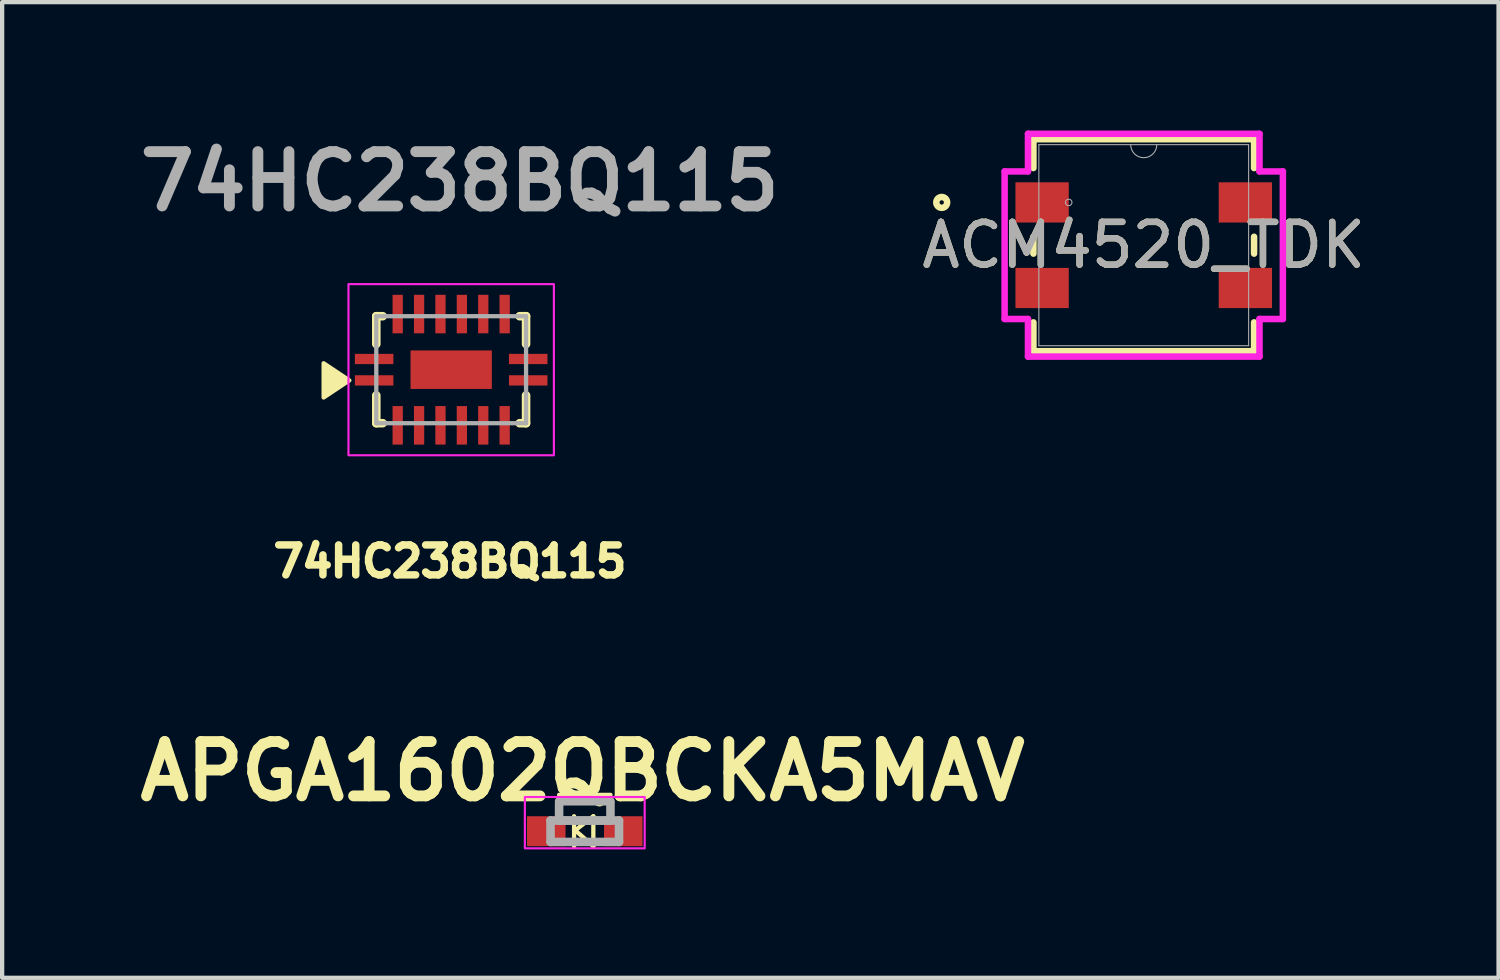
<source format=kicad_pcb>
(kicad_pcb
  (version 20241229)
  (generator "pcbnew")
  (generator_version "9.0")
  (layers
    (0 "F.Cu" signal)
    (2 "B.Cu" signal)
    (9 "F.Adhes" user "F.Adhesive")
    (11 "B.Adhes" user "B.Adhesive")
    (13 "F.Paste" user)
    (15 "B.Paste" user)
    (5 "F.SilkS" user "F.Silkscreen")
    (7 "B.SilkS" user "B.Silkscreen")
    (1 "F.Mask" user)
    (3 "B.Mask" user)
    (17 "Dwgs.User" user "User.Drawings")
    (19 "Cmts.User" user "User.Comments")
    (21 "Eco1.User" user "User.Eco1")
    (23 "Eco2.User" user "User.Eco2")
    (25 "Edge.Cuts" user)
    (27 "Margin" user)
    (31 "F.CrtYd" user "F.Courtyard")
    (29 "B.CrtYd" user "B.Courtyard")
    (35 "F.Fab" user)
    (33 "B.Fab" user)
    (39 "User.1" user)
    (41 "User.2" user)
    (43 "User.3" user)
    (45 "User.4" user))
  (footprint "ACM4520_TDK"
    (layer "F.Cu")
    (at 23.677 2.68)
    (property "Reference" "ACM4520_TDK" (at 0 0 0) (unlocked yes) (layer "F.SilkS") (effects (font (size 1 1) (thickness 0.15))))
    (attr smd)
    (fp_line (start -2.578 -2.477) (end -2.578 -1.803) (stroke (width 0.152) (type solid)) (layer "F.SilkS"))
    (fp_line (start -2.578 -0.197) (end -2.578 0.197) (stroke (width 0.152) (type solid)) (layer "F.SilkS"))
    (fp_line (start -2.578 1.803) (end -2.578 2.477) (stroke (width 0.152) (type solid)) (layer "F.SilkS"))
    (fp_line (start -2.578 2.477) (end 2.578 2.477) (stroke (width 0.152) (type solid)) (layer "F.SilkS"))
    (fp_line (start 2.578 -2.477) (end -2.578 -2.477) (stroke (width 0.152) (type solid)) (layer "F.SilkS"))
    (fp_line (start 2.578 -1.803) (end 2.578 -2.477) (stroke (width 0.152) (type solid)) (layer "F.SilkS"))
    (fp_line (start 2.578 0.197) (end 2.578 -0.197) (stroke (width 0.152) (type solid)) (layer "F.SilkS"))
    (fp_line (start 2.578 2.477) (end 2.578 1.803) (stroke (width 0.152) (type solid)) (layer "F.SilkS"))
    (fp_circle (center -4.721 -1) (end -4.594 -1) (stroke (width 0.152) (type solid)) (fill no) (layer "F.SilkS"))
    (fp_line (start -3.251 -1.724) (end -2.705 -1.724) (stroke (width 0.152) (type solid)) (layer "F.CrtYd"))
    (fp_line (start -3.251 1.724) (end -3.251 -1.724) (stroke (width 0.152) (type solid)) (layer "F.CrtYd"))
    (fp_line (start -3.251 1.724) (end -2.705 1.724) (stroke (width 0.152) (type solid)) (layer "F.CrtYd"))
    (fp_line (start -2.705 -2.603) (end 2.705 -2.603) (stroke (width 0.152) (type solid)) (layer "F.CrtYd"))
    (fp_line (start -2.705 -1.724) (end -2.705 -2.603) (stroke (width 0.152) (type solid)) (layer "F.CrtYd"))
    (fp_line (start -2.705 2.603) (end -2.705 1.724) (stroke (width 0.152) (type solid)) (layer "F.CrtYd"))
    (fp_line (start 2.705 -2.603) (end 2.705 -1.724) (stroke (width 0.152) (type solid)) (layer "F.CrtYd"))
    (fp_line (start 2.705 1.724) (end 2.705 2.603) (stroke (width 0.152) (type solid)) (layer "F.CrtYd"))
    (fp_line (start 2.705 2.603) (end -2.705 2.603) (stroke (width 0.152) (type solid)) (layer "F.CrtYd"))
    (fp_line (start 3.251 -1.724) (end 2.705 -1.724) (stroke (width 0.152) (type solid)) (layer "F.CrtYd"))
    (fp_line (start 3.251 -1.724) (end 3.251 1.724) (stroke (width 0.152) (type solid)) (layer "F.CrtYd"))
    (fp_line (start 3.251 1.724) (end 2.705 1.724) (stroke (width 0.152) (type solid)) (layer "F.CrtYd"))
    (fp_line (start -2.451 -2.349) (end -2.451 2.349) (stroke (width 0.025) (type solid)) (layer "F.Fab"))
    (fp_line (start -2.451 2.349) (end 2.451 2.349) (stroke (width 0.025) (type solid)) (layer "F.Fab"))
    (fp_line (start 2.451 -2.349) (end -2.451 -2.349) (stroke (width 0.025) (type solid)) (layer "F.Fab"))
    (fp_line (start 2.451 2.349) (end 2.451 -2.349) (stroke (width 0.025) (type solid)) (layer "F.Fab"))
    (fp_arc (start 0.3048 -2.3495) (mid 0 -2.0447) (end -0.3048 -2.3495) (stroke (width 0.0254) (type solid)) (layer "F.Fab"))
    (fp_circle (center -1.753 -1) (end -1.677 -1) (stroke (width 0.025) (type solid)) (fill no) (layer "F.Fab"))
    (fp_text user "${REFERENCE}" (at 0 0 0) (unlocked yes) (layer "F.Fab") (effects (font (size 1 1) (thickness 0.15))))
    (pad "1" smd rect (at -2.375 -1) (size 1.245 0.94) (layers "F.Cu" "F.Mask" "F.Paste"))
    (pad "2" smd rect (at -2.375 1) (size 1.245 0.94) (layers "F.Cu" "F.Mask" "F.Paste"))
    (pad "3" smd rect (at 2.375 1) (size 1.245 0.94) (layers "F.Cu" "F.Mask" "F.Paste"))
    (pad "4" smd rect (at 2.375 -1) (size 1.245 0.94) (layers "F.Cu" "F.Mask" "F.Paste")))
  (footprint "APGA1602QBCKA5MAV"
    (layer "F.Cu")
    (at 10.615 16.374)
    (property "Reference" "APGA1602QBCKA5MAV" (at -0.05 -1.4 0) (layer "F.SilkS") (effects (font (size 1.27 1.27) (thickness 0.254))))
    (attr smd)
    (fp_line (start -0.6 -0.85) (end 0.6 -0.85) (stroke (width 0.1) (type solid)) (layer "F.SilkS"))
    (fp_line (start -0.25 -0.35) (end -0.25 0.35) (stroke (width 0.1) (type default)) (layer "F.SilkS"))
    (fp_line (start -0.25 0) (end 0.2 -0.35) (stroke (width 0.1) (type default)) (layer "F.SilkS"))
    (fp_line (start 0.2 -0.35) (end 0.2 0.35) (stroke (width 0.1) (type default)) (layer "F.SilkS"))
    (fp_line (start 0.2 0.35) (end -0.2 0) (stroke (width 0.1) (type default)) (layer "F.SilkS"))
    (fp_rect (start -1.4 -0.8) (end 1.4 0.4) (stroke (width 0.05) (type default)) (fill no) (layer "F.CrtYd"))
    (fp_line (start -0.8 -0.25) (end -0.8 0.25) (stroke (width 0.2) (type solid)) (layer "F.Fab"))
    (fp_line (start -0.8 0.25) (end 0.8 0.25) (stroke (width 0.2) (type solid)) (layer "F.Fab"))
    (fp_line (start -0.6 -0.65) (end -0.6 -0.25) (stroke (width 0.2) (type solid)) (layer "F.Fab"))
    (fp_line (start -0.6 -0.25) (end 0.6 -0.25) (stroke (width 0.2) (type solid)) (layer "F.Fab"))
    (fp_line (start 0.6 -0.7) (end -0.6 -0.7) (stroke (width 0.2) (type solid)) (layer "F.Fab"))
    (fp_line (start 0.6 -0.25) (end 0.6 -0.65) (stroke (width 0.2) (type solid)) (layer "F.Fab"))
    (fp_line (start 0.8 -0.25) (end -0.8 -0.25) (stroke (width 0.2) (type solid)) (layer "F.Fab"))
    (fp_line (start 0.8 0.25) (end 0.8 -0.25) (stroke (width 0.2) (type solid)) (layer "F.Fab"))
    (pad "1" smd rect (at -0.9 0 90) (size 0.7 0.9) (layers "F.Cu" "F.Mask" "F.Paste"))
    (pad "2" smd rect (at 0.9 0 90) (size 0.7 0.9) (layers "F.Cu" "F.Mask" "F.Paste")))
  (footprint "74HC238BQ115"
    (layer "F.Cu")
    (at 7.493 5.589)
    (property "Reference" "74HC238BQ115" (at -0.03 4.48 0) (layer "F.SilkS") (effects (font (size 0.7 0.7) (thickness 0.175))))
    (attr smd)
    (fp_line (start -1.75 -1.25) (end -1.6 -1.25) (stroke (width 0.2) (type solid)) (layer "F.SilkS"))
    (fp_line (start -1.75 -0.6) (end -1.75 -1.25) (stroke (width 0.2) (type solid)) (layer "F.SilkS"))
    (fp_line (start -1.75 0.6) (end -1.75 1.25) (stroke (width 0.2) (type solid)) (layer "F.SilkS"))
    (fp_line (start -1.75 1.25) (end -1.6 1.25) (stroke (width 0.2) (type solid)) (layer "F.SilkS"))
    (fp_line (start 1.6 -1.25) (end 1.75 -1.25) (stroke (width 0.2) (type solid)) (layer "F.SilkS"))
    (fp_line (start 1.75 -1.25) (end 1.75 -0.6) (stroke (width 0.2) (type solid)) (layer "F.SilkS"))
    (fp_line (start 1.75 0.6) (end 1.75 1.25) (stroke (width 0.2) (type solid)) (layer "F.SilkS"))
    (fp_line (start 1.75 1.25) (end 1.6 1.25) (stroke (width 0.2) (type solid)) (layer "F.SilkS"))
    (fp_poly (pts (xy -2.38 0.25) (xy -2.98 -0.15) (xy -2.98 0.65)) (stroke (width 0.1) (type solid)) (fill yes) (layer "F.SilkS"))
    (fp_rect (start -2.4 -2) (end 2.4 2) (stroke (width 0.05) (type default)) (fill no) (layer "F.CrtYd"))
    (fp_line (start -1.75 -1.25) (end -1.75 1.25) (stroke (width 0.1) (type solid)) (layer "F.Fab"))
    (fp_line (start -1.75 1.25) (end 1.75 1.25) (stroke (width 0.1) (type solid)) (layer "F.Fab"))
    (fp_line (start 1.75 -1.25) (end -1.75 -1.25) (stroke (width 0.1) (type solid)) (layer "F.Fab"))
    (fp_line (start 1.75 1.25) (end 1.75 -1.25) (stroke (width 0.1) (type solid)) (layer "F.Fab"))
    (fp_text user "${REFERENCE}" (at 0.2 -4.4 0) (layer "F.Fab") (effects (font (size 1.27 1.27) (thickness 0.254))))
    (pad "1" smd rect (at -1.8 0.25 90) (size 0.24 0.9) (layers "F.Cu" "F.Mask" "F.Paste"))
    (pad "2" smd rect (at -1.25 1.3) (size 0.24 0.9) (layers "F.Cu" "F.Mask" "F.Paste"))
    (pad "3" smd rect (at -0.75 1.3) (size 0.24 0.9) (layers "F.Cu" "F.Mask" "F.Paste"))
    (pad "4" smd rect (at -0.25 1.3) (size 0.24 0.9) (layers "F.Cu" "F.Mask" "F.Paste"))
    (pad "5" smd rect (at 0.25 1.3) (size 0.24 0.9) (layers "F.Cu" "F.Mask" "F.Paste"))
    (pad "6" smd rect (at 0.75 1.3) (size 0.24 0.9) (layers "F.Cu" "F.Mask" "F.Paste"))
    (pad "7" smd rect (at 1.25 1.3) (size 0.24 0.9) (layers "F.Cu" "F.Mask" "F.Paste"))
    (pad "8" smd rect (at 1.8 0.25 90) (size 0.24 0.9) (layers "F.Cu" "F.Mask" "F.Paste"))
    (pad "9" smd rect (at 1.8 -0.25 90) (size 0.24 0.9) (layers "F.Cu" "F.Mask" "F.Paste"))
    (pad "10" smd rect (at 1.25 -1.3) (size 0.24 0.9) (layers "F.Cu" "F.Mask" "F.Paste"))
    (pad "11" smd rect (at 0.75 -1.3) (size 0.24 0.9) (layers "F.Cu" "F.Mask" "F.Paste"))
    (pad "12" smd rect (at 0.25 -1.3) (size 0.24 0.9) (layers "F.Cu" "F.Mask" "F.Paste"))
    (pad "13" smd rect (at -0.25 -1.3) (size 0.24 0.9) (layers "F.Cu" "F.Mask" "F.Paste"))
    (pad "14" smd rect (at -0.75 -1.3) (size 0.24 0.9) (layers "F.Cu" "F.Mask" "F.Paste"))
    (pad "15" smd rect (at -1.25 -1.3) (size 0.24 0.9) (layers "F.Cu" "F.Mask" "F.Paste"))
    (pad "16" smd rect (at -1.8 -0.25 90) (size 0.24 0.9) (layers "F.Cu" "F.Mask" "F.Paste"))
    (pad "17" smd rect (at 0 0 90) (size 0.9 1.9) (layers "F.Cu" "F.Mask" "F.Paste")))
  (gr_rect
    (start -3 -3)
    (end 31.968 19.799)
    (stroke (width 0.1) (type default))
    (fill no)
    (layer "Edge.Cuts")))
</source>
